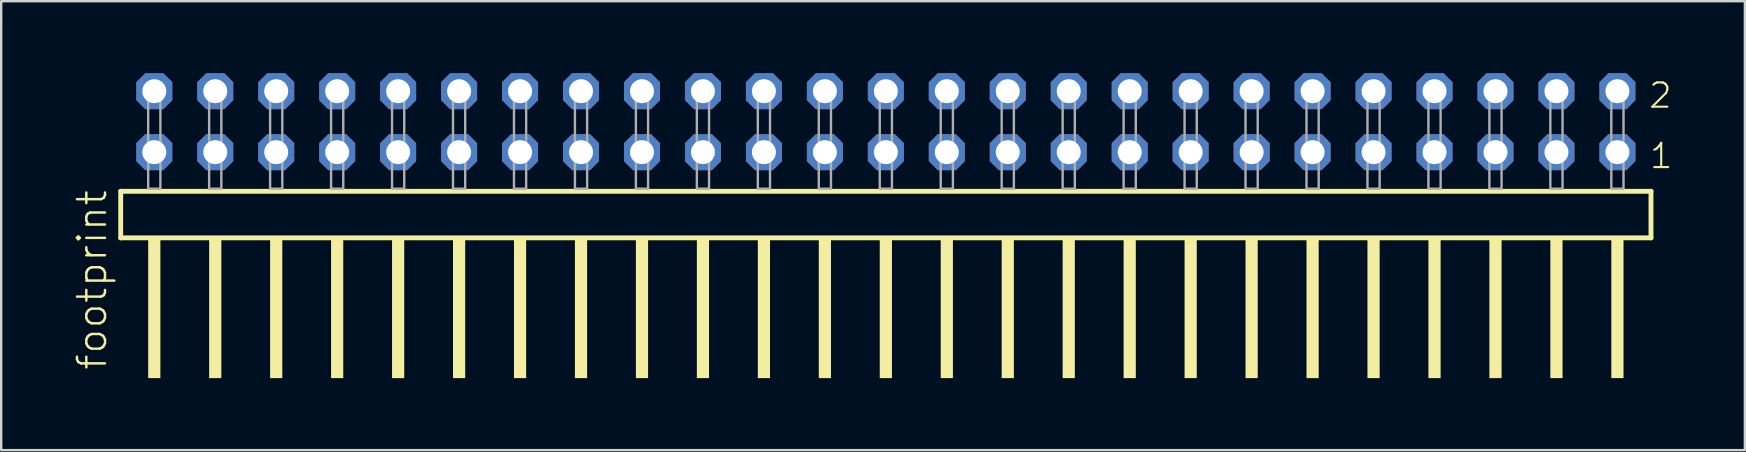
<source format=kicad_pcb>
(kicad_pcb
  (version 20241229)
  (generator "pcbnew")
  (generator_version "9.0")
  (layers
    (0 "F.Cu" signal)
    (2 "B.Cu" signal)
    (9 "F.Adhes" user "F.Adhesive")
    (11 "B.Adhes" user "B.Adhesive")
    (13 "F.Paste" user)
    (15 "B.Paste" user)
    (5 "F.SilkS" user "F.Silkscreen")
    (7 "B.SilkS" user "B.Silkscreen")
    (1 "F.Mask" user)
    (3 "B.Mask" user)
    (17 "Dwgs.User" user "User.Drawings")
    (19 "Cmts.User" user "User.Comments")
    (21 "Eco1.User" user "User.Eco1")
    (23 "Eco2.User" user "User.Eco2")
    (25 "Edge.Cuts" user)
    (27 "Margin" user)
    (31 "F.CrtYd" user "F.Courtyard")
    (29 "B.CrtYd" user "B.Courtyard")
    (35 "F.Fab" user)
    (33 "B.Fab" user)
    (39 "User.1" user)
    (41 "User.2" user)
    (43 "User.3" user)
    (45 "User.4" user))
  (footprint "footprint"
    (layer "F.Cu")
    (at 33.858 4.814)
    (property "Reference" "footprint" (at -32.385 7.62 90) (layer "F.SilkS") (effects (font (size 1.168 1.168) (thickness 0.102)) (justify left bottom)))
    (fp_line (start -31.879 0.106) (end -31.879 2.046) (stroke (width 0.203) (type solid)) (layer "F.SilkS"))
    (fp_line (start -31.879 2.046) (end 31.879 2.046) (stroke (width 0.203) (type solid)) (layer "F.SilkS"))
    (fp_line (start 31.879 0.106) (end -31.879 0.106) (stroke (width 0.203) (type solid)) (layer "F.SilkS"))
    (fp_line (start 31.879 2.046) (end 31.879 0.106) (stroke (width 0.203) (type solid)) (layer "F.SilkS"))
    (fp_poly (pts (xy -30.734 7.89) (xy -30.226 7.89) (xy -30.226 2.04) (xy -30.734 2.04)) (stroke (width 0) (type solid)) (fill yes) (layer "F.SilkS"))
    (fp_poly (pts (xy -28.194 7.89) (xy -27.686 7.89) (xy -27.686 2.04) (xy -28.194 2.04)) (stroke (width 0) (type solid)) (fill yes) (layer "F.SilkS"))
    (fp_poly (pts (xy -25.654 7.89) (xy -25.146 7.89) (xy -25.146 2.04) (xy -25.654 2.04)) (stroke (width 0) (type solid)) (fill yes) (layer "F.SilkS"))
    (fp_poly (pts (xy -23.114 7.89) (xy -22.606 7.89) (xy -22.606 2.04) (xy -23.114 2.04)) (stroke (width 0) (type solid)) (fill yes) (layer "F.SilkS"))
    (fp_poly (pts (xy -20.574 7.89) (xy -20.066 7.89) (xy -20.066 2.04) (xy -20.574 2.04)) (stroke (width 0) (type solid)) (fill yes) (layer "F.SilkS"))
    (fp_poly (pts (xy -18.034 7.89) (xy -17.526 7.89) (xy -17.526 2.04) (xy -18.034 2.04)) (stroke (width 0) (type solid)) (fill yes) (layer "F.SilkS"))
    (fp_poly (pts (xy -15.494 7.89) (xy -14.986 7.89) (xy -14.986 2.04) (xy -15.494 2.04)) (stroke (width 0) (type solid)) (fill yes) (layer "F.SilkS"))
    (fp_poly (pts (xy -12.954 7.89) (xy -12.446 7.89) (xy -12.446 2.04) (xy -12.954 2.04)) (stroke (width 0) (type solid)) (fill yes) (layer "F.SilkS"))
    (fp_poly (pts (xy -10.414 7.89) (xy -9.906 7.89) (xy -9.906 2.04) (xy -10.414 2.04)) (stroke (width 0) (type solid)) (fill yes) (layer "F.SilkS"))
    (fp_poly (pts (xy -7.874 7.89) (xy -7.366 7.89) (xy -7.366 2.04) (xy -7.874 2.04)) (stroke (width 0) (type solid)) (fill yes) (layer "F.SilkS"))
    (fp_poly (pts (xy -5.334 7.89) (xy -4.826 7.89) (xy -4.826 2.04) (xy -5.334 2.04)) (stroke (width 0) (type solid)) (fill yes) (layer "F.SilkS"))
    (fp_poly (pts (xy -2.794 7.89) (xy -2.286 7.89) (xy -2.286 2.04) (xy -2.794 2.04)) (stroke (width 0) (type solid)) (fill yes) (layer "F.SilkS"))
    (fp_poly (pts (xy -0.254 7.89) (xy 0.254 7.89) (xy 0.254 2.04) (xy -0.254 2.04)) (stroke (width 0) (type solid)) (fill yes) (layer "F.SilkS"))
    (fp_poly (pts (xy 2.286 7.89) (xy 2.794 7.89) (xy 2.794 2.04) (xy 2.286 2.04)) (stroke (width 0) (type solid)) (fill yes) (layer "F.SilkS"))
    (fp_poly (pts (xy 4.826 7.89) (xy 5.334 7.89) (xy 5.334 2.04) (xy 4.826 2.04)) (stroke (width 0) (type solid)) (fill yes) (layer "F.SilkS"))
    (fp_poly (pts (xy 7.366 7.89) (xy 7.874 7.89) (xy 7.874 2.04) (xy 7.366 2.04)) (stroke (width 0) (type solid)) (fill yes) (layer "F.SilkS"))
    (fp_poly (pts (xy 9.906 7.89) (xy 10.414 7.89) (xy 10.414 2.04) (xy 9.906 2.04)) (stroke (width 0) (type solid)) (fill yes) (layer "F.SilkS"))
    (fp_poly (pts (xy 12.446 7.89) (xy 12.954 7.89) (xy 12.954 2.04) (xy 12.446 2.04)) (stroke (width 0) (type solid)) (fill yes) (layer "F.SilkS"))
    (fp_poly (pts (xy 14.986 7.89) (xy 15.494 7.89) (xy 15.494 2.04) (xy 14.986 2.04)) (stroke (width 0) (type solid)) (fill yes) (layer "F.SilkS"))
    (fp_poly (pts (xy 17.526 7.89) (xy 18.034 7.89) (xy 18.034 2.04) (xy 17.526 2.04)) (stroke (width 0) (type solid)) (fill yes) (layer "F.SilkS"))
    (fp_poly (pts (xy 20.066 7.89) (xy 20.574 7.89) (xy 20.574 2.04) (xy 20.066 2.04)) (stroke (width 0) (type solid)) (fill yes) (layer "F.SilkS"))
    (fp_poly (pts (xy 22.606 7.89) (xy 23.114 7.89) (xy 23.114 2.04) (xy 22.606 2.04)) (stroke (width 0) (type solid)) (fill yes) (layer "F.SilkS"))
    (fp_poly (pts (xy 25.146 7.89) (xy 25.654 7.89) (xy 25.654 2.04) (xy 25.146 2.04)) (stroke (width 0) (type solid)) (fill yes) (layer "F.SilkS"))
    (fp_poly (pts (xy 27.686 7.89) (xy 28.194 7.89) (xy 28.194 2.04) (xy 27.686 2.04)) (stroke (width 0) (type solid)) (fill yes) (layer "F.SilkS"))
    (fp_poly (pts (xy 30.226 7.89) (xy 30.734 7.89) (xy 30.734 2.04) (xy 30.226 2.04)) (stroke (width 0) (type solid)) (fill yes) (layer "F.SilkS"))
    (fp_poly (pts (xy -30.734 0) (xy -30.226 0) (xy -30.226 -4.318) (xy -30.734 -4.318)) (stroke (width 0.1) (type solid)) (fill no) (layer "F.Fab"))
    (fp_poly (pts (xy -28.194 0) (xy -27.686 0) (xy -27.686 -4.318) (xy -28.194 -4.318)) (stroke (width 0.1) (type solid)) (fill no) (layer "F.Fab"))
    (fp_poly (pts (xy -25.654 0) (xy -25.146 0) (xy -25.146 -4.318) (xy -25.654 -4.318)) (stroke (width 0.1) (type solid)) (fill no) (layer "F.Fab"))
    (fp_poly (pts (xy -23.114 0) (xy -22.606 0) (xy -22.606 -4.318) (xy -23.114 -4.318)) (stroke (width 0.1) (type solid)) (fill no) (layer "F.Fab"))
    (fp_poly (pts (xy -20.574 0) (xy -20.066 0) (xy -20.066 -4.318) (xy -20.574 -4.318)) (stroke (width 0.1) (type solid)) (fill no) (layer "F.Fab"))
    (fp_poly (pts (xy -18.034 0) (xy -17.526 0) (xy -17.526 -4.318) (xy -18.034 -4.318)) (stroke (width 0.1) (type solid)) (fill no) (layer "F.Fab"))
    (fp_poly (pts (xy -15.494 0) (xy -14.986 0) (xy -14.986 -4.318) (xy -15.494 -4.318)) (stroke (width 0.1) (type solid)) (fill no) (layer "F.Fab"))
    (fp_poly (pts (xy -12.954 0) (xy -12.446 0) (xy -12.446 -4.318) (xy -12.954 -4.318)) (stroke (width 0.1) (type solid)) (fill no) (layer "F.Fab"))
    (fp_poly (pts (xy -10.414 0) (xy -9.906 0) (xy -9.906 -4.318) (xy -10.414 -4.318)) (stroke (width 0.1) (type solid)) (fill no) (layer "F.Fab"))
    (fp_poly (pts (xy -7.874 0) (xy -7.366 0) (xy -7.366 -4.318) (xy -7.874 -4.318)) (stroke (width 0.1) (type solid)) (fill no) (layer "F.Fab"))
    (fp_poly (pts (xy -5.334 0) (xy -4.826 0) (xy -4.826 -4.318) (xy -5.334 -4.318)) (stroke (width 0.1) (type solid)) (fill no) (layer "F.Fab"))
    (fp_poly (pts (xy -2.794 0) (xy -2.286 0) (xy -2.286 -4.318) (xy -2.794 -4.318)) (stroke (width 0.1) (type solid)) (fill no) (layer "F.Fab"))
    (fp_poly (pts (xy -0.254 0) (xy 0.254 0) (xy 0.254 -4.318) (xy -0.254 -4.318)) (stroke (width 0.1) (type solid)) (fill no) (layer "F.Fab"))
    (fp_poly (pts (xy 2.286 0) (xy 2.794 0) (xy 2.794 -4.318) (xy 2.286 -4.318)) (stroke (width 0.1) (type solid)) (fill no) (layer "F.Fab"))
    (fp_poly (pts (xy 4.826 0) (xy 5.334 0) (xy 5.334 -4.318) (xy 4.826 -4.318)) (stroke (width 0.1) (type solid)) (fill no) (layer "F.Fab"))
    (fp_poly (pts (xy 7.366 0) (xy 7.874 0) (xy 7.874 -4.318) (xy 7.366 -4.318)) (stroke (width 0.1) (type solid)) (fill no) (layer "F.Fab"))
    (fp_poly (pts (xy 9.906 0) (xy 10.414 0) (xy 10.414 -4.318) (xy 9.906 -4.318)) (stroke (width 0.1) (type solid)) (fill no) (layer "F.Fab"))
    (fp_poly (pts (xy 12.446 0) (xy 12.954 0) (xy 12.954 -4.318) (xy 12.446 -4.318)) (stroke (width 0.1) (type solid)) (fill no) (layer "F.Fab"))
    (fp_poly (pts (xy 14.986 0) (xy 15.494 0) (xy 15.494 -4.318) (xy 14.986 -4.318)) (stroke (width 0.1) (type solid)) (fill no) (layer "F.Fab"))
    (fp_poly (pts (xy 17.526 0) (xy 18.034 0) (xy 18.034 -4.318) (xy 17.526 -4.318)) (stroke (width 0.1) (type solid)) (fill no) (layer "F.Fab"))
    (fp_poly (pts (xy 20.066 0) (xy 20.574 0) (xy 20.574 -4.318) (xy 20.066 -4.318)) (stroke (width 0.1) (type solid)) (fill no) (layer "F.Fab"))
    (fp_poly (pts (xy 22.606 0) (xy 23.114 0) (xy 23.114 -4.318) (xy 22.606 -4.318)) (stroke (width 0.1) (type solid)) (fill no) (layer "F.Fab"))
    (fp_poly (pts (xy 25.146 0) (xy 25.654 0) (xy 25.654 -4.318) (xy 25.146 -4.318)) (stroke (width 0.1) (type solid)) (fill no) (layer "F.Fab"))
    (fp_poly (pts (xy 27.686 0) (xy 28.194 0) (xy 28.194 -4.318) (xy 27.686 -4.318)) (stroke (width 0.1) (type solid)) (fill no) (layer "F.Fab"))
    (fp_poly (pts (xy 30.226 0) (xy 30.734 0) (xy 30.734 -4.318) (xy 30.226 -4.318)) (stroke (width 0.1) (type solid)) (fill no) (layer "F.Fab"))
    (fp_text user "2" (at 31.73 -3.29 0) (layer "F.SilkS") (effects (font (size 1.012 1.012) (thickness 0.088)) (justify left bottom)))
    (fp_text user "1" (at 31.765 -0.775 0) (layer "F.SilkS") (effects (font (size 1.012 1.012) (thickness 0.088)) (justify left bottom)))
    (pad "1" thru_hole roundrect (at 30.48 -1.524 180) (size 1.5 1.5) (drill 1) (layers "*.Cu" "*.Mask") (roundrect_rratio 0.25) (chamfer_ratio 0.25) (chamfer top_left top_right bottom_left bottom_right))
    (pad "2" thru_hole roundrect (at 30.48 -4.064 180) (size 1.5 1.5) (drill 1) (layers "*.Cu" "*.Mask") (roundrect_rratio 0.25) (chamfer_ratio 0.25) (chamfer top_left top_right bottom_left bottom_right))
    (pad "3" thru_hole roundrect (at 27.94 -1.524 180) (size 1.5 1.5) (drill 1) (layers "*.Cu" "*.Mask") (roundrect_rratio 0.25) (chamfer_ratio 0.25) (chamfer top_left top_right bottom_left bottom_right))
    (pad "4" thru_hole roundrect (at 27.94 -4.064 180) (size 1.5 1.5) (drill 1) (layers "*.Cu" "*.Mask") (roundrect_rratio 0.25) (chamfer_ratio 0.25) (chamfer top_left top_right bottom_left bottom_right))
    (pad "5" thru_hole roundrect (at 25.4 -1.524 180) (size 1.5 1.5) (drill 1) (layers "*.Cu" "*.Mask") (roundrect_rratio 0.25) (chamfer_ratio 0.25) (chamfer top_left top_right bottom_left bottom_right))
    (pad "6" thru_hole roundrect (at 25.4 -4.064 180) (size 1.5 1.5) (drill 1) (layers "*.Cu" "*.Mask") (roundrect_rratio 0.25) (chamfer_ratio 0.25) (chamfer top_left top_right bottom_left bottom_right))
    (pad "7" thru_hole roundrect (at 22.86 -1.524 180) (size 1.5 1.5) (drill 1) (layers "*.Cu" "*.Mask") (roundrect_rratio 0.25) (chamfer_ratio 0.25) (chamfer top_left top_right bottom_left bottom_right))
    (pad "8" thru_hole roundrect (at 22.86 -4.064 180) (size 1.5 1.5) (drill 1) (layers "*.Cu" "*.Mask") (roundrect_rratio 0.25) (chamfer_ratio 0.25) (chamfer top_left top_right bottom_left bottom_right))
    (pad "9" thru_hole roundrect (at 20.32 -1.524 180) (size 1.5 1.5) (drill 1) (layers "*.Cu" "*.Mask") (roundrect_rratio 0.25) (chamfer_ratio 0.25) (chamfer top_left top_right bottom_left bottom_right))
    (pad "10" thru_hole roundrect (at 20.32 -4.064 180) (size 1.5 1.5) (drill 1) (layers "*.Cu" "*.Mask") (roundrect_rratio 0.25) (chamfer_ratio 0.25) (chamfer top_left top_right bottom_left bottom_right))
    (pad "11" thru_hole roundrect (at 17.78 -1.524 180) (size 1.5 1.5) (drill 1) (layers "*.Cu" "*.Mask") (roundrect_rratio 0.25) (chamfer_ratio 0.25) (chamfer top_left top_right bottom_left bottom_right))
    (pad "12" thru_hole roundrect (at 17.78 -4.064 180) (size 1.5 1.5) (drill 1) (layers "*.Cu" "*.Mask") (roundrect_rratio 0.25) (chamfer_ratio 0.25) (chamfer top_left top_right bottom_left bottom_right))
    (pad "13" thru_hole roundrect (at 15.24 -1.524 180) (size 1.5 1.5) (drill 1) (layers "*.Cu" "*.Mask") (roundrect_rratio 0.25) (chamfer_ratio 0.25) (chamfer top_left top_right bottom_left bottom_right))
    (pad "14" thru_hole roundrect (at 15.24 -4.064 180) (size 1.5 1.5) (drill 1) (layers "*.Cu" "*.Mask") (roundrect_rratio 0.25) (chamfer_ratio 0.25) (chamfer top_left top_right bottom_left bottom_right))
    (pad "15" thru_hole roundrect (at 12.7 -1.524 180) (size 1.5 1.5) (drill 1) (layers "*.Cu" "*.Mask") (roundrect_rratio 0.25) (chamfer_ratio 0.25) (chamfer top_left top_right bottom_left bottom_right))
    (pad "16" thru_hole roundrect (at 12.7 -4.064 180) (size 1.5 1.5) (drill 1) (layers "*.Cu" "*.Mask") (roundrect_rratio 0.25) (chamfer_ratio 0.25) (chamfer top_left top_right bottom_left bottom_right))
    (pad "17" thru_hole roundrect (at 10.16 -1.524 180) (size 1.5 1.5) (drill 1) (layers "*.Cu" "*.Mask") (roundrect_rratio 0.25) (chamfer_ratio 0.25) (chamfer top_left top_right bottom_left bottom_right))
    (pad "18" thru_hole roundrect (at 10.16 -4.064 180) (size 1.5 1.5) (drill 1) (layers "*.Cu" "*.Mask") (roundrect_rratio 0.25) (chamfer_ratio 0.25) (chamfer top_left top_right bottom_left bottom_right))
    (pad "19" thru_hole roundrect (at 7.62 -1.524 180) (size 1.5 1.5) (drill 1) (layers "*.Cu" "*.Mask") (roundrect_rratio 0.25) (chamfer_ratio 0.25) (chamfer top_left top_right bottom_left bottom_right))
    (pad "20" thru_hole roundrect (at 7.62 -4.064 180) (size 1.5 1.5) (drill 1) (layers "*.Cu" "*.Mask") (roundrect_rratio 0.25) (chamfer_ratio 0.25) (chamfer top_left top_right bottom_left bottom_right))
    (pad "21" thru_hole roundrect (at 5.08 -1.524 180) (size 1.5 1.5) (drill 1) (layers "*.Cu" "*.Mask") (roundrect_rratio 0.25) (chamfer_ratio 0.25) (chamfer top_left top_right bottom_left bottom_right))
    (pad "22" thru_hole roundrect (at 5.08 -4.064 180) (size 1.5 1.5) (drill 1) (layers "*.Cu" "*.Mask") (roundrect_rratio 0.25) (chamfer_ratio 0.25) (chamfer top_left top_right bottom_left bottom_right))
    (pad "23" thru_hole roundrect (at 2.54 -1.524 180) (size 1.5 1.5) (drill 1) (layers "*.Cu" "*.Mask") (roundrect_rratio 0.25) (chamfer_ratio 0.25) (chamfer top_left top_right bottom_left bottom_right))
    (pad "24" thru_hole roundrect (at 2.54 -4.064 180) (size 1.5 1.5) (drill 1) (layers "*.Cu" "*.Mask") (roundrect_rratio 0.25) (chamfer_ratio 0.25) (chamfer top_left top_right bottom_left bottom_right))
    (pad "25" thru_hole roundrect (at 0 -1.524 180) (size 1.5 1.5) (drill 1) (layers "*.Cu" "*.Mask") (roundrect_rratio 0.25) (chamfer_ratio 0.25) (chamfer top_left top_right bottom_left bottom_right))
    (pad "26" thru_hole roundrect (at 0 -4.064 180) (size 1.5 1.5) (drill 1) (layers "*.Cu" "*.Mask") (roundrect_rratio 0.25) (chamfer_ratio 0.25) (chamfer top_left top_right bottom_left bottom_right))
    (pad "27" thru_hole roundrect (at -2.54 -1.524 180) (size 1.5 1.5) (drill 1) (layers "*.Cu" "*.Mask") (roundrect_rratio 0.25) (chamfer_ratio 0.25) (chamfer top_left top_right bottom_left bottom_right))
    (pad "28" thru_hole roundrect (at -2.54 -4.064 180) (size 1.5 1.5) (drill 1) (layers "*.Cu" "*.Mask") (roundrect_rratio 0.25) (chamfer_ratio 0.25) (chamfer top_left top_right bottom_left bottom_right))
    (pad "29" thru_hole roundrect (at -5.08 -1.524 180) (size 1.5 1.5) (drill 1) (layers "*.Cu" "*.Mask") (roundrect_rratio 0.25) (chamfer_ratio 0.25) (chamfer top_left top_right bottom_left bottom_right))
    (pad "30" thru_hole roundrect (at -5.08 -4.064 180) (size 1.5 1.5) (drill 1) (layers "*.Cu" "*.Mask") (roundrect_rratio 0.25) (chamfer_ratio 0.25) (chamfer top_left top_right bottom_left bottom_right))
    (pad "31" thru_hole roundrect (at -7.62 -1.524 180) (size 1.5 1.5) (drill 1) (layers "*.Cu" "*.Mask") (roundrect_rratio 0.25) (chamfer_ratio 0.25) (chamfer top_left top_right bottom_left bottom_right))
    (pad "32" thru_hole roundrect (at -7.62 -4.064 180) (size 1.5 1.5) (drill 1) (layers "*.Cu" "*.Mask") (roundrect_rratio 0.25) (chamfer_ratio 0.25) (chamfer top_left top_right bottom_left bottom_right))
    (pad "33" thru_hole roundrect (at -10.16 -1.524 180) (size 1.5 1.5) (drill 1) (layers "*.Cu" "*.Mask") (roundrect_rratio 0.25) (chamfer_ratio 0.25) (chamfer top_left top_right bottom_left bottom_right))
    (pad "34" thru_hole roundrect (at -10.16 -4.064 180) (size 1.5 1.5) (drill 1) (layers "*.Cu" "*.Mask") (roundrect_rratio 0.25) (chamfer_ratio 0.25) (chamfer top_left top_right bottom_left bottom_right))
    (pad "35" thru_hole roundrect (at -12.7 -1.524 180) (size 1.5 1.5) (drill 1) (layers "*.Cu" "*.Mask") (roundrect_rratio 0.25) (chamfer_ratio 0.25) (chamfer top_left top_right bottom_left bottom_right))
    (pad "36" thru_hole roundrect (at -12.7 -4.064 180) (size 1.5 1.5) (drill 1) (layers "*.Cu" "*.Mask") (roundrect_rratio 0.25) (chamfer_ratio 0.25) (chamfer top_left top_right bottom_left bottom_right))
    (pad "37" thru_hole roundrect (at -15.24 -1.524 180) (size 1.5 1.5) (drill 1) (layers "*.Cu" "*.Mask") (roundrect_rratio 0.25) (chamfer_ratio 0.25) (chamfer top_left top_right bottom_left bottom_right))
    (pad "38" thru_hole roundrect (at -15.24 -4.064 180) (size 1.5 1.5) (drill 1) (layers "*.Cu" "*.Mask") (roundrect_rratio 0.25) (chamfer_ratio 0.25) (chamfer top_left top_right bottom_left bottom_right))
    (pad "39" thru_hole roundrect (at -17.78 -1.524 180) (size 1.5 1.5) (drill 1) (layers "*.Cu" "*.Mask") (roundrect_rratio 0.25) (chamfer_ratio 0.25) (chamfer top_left top_right bottom_left bottom_right))
    (pad "40" thru_hole roundrect (at -17.78 -4.064 180) (size 1.5 1.5) (drill 1) (layers "*.Cu" "*.Mask") (roundrect_rratio 0.25) (chamfer_ratio 0.25) (chamfer top_left top_right bottom_left bottom_right))
    (pad "41" thru_hole roundrect (at -20.32 -1.524 180) (size 1.5 1.5) (drill 1) (layers "*.Cu" "*.Mask") (roundrect_rratio 0.25) (chamfer_ratio 0.25) (chamfer top_left top_right bottom_left bottom_right))
    (pad "42" thru_hole roundrect (at -20.32 -4.064 180) (size 1.5 1.5) (drill 1) (layers "*.Cu" "*.Mask") (roundrect_rratio 0.25) (chamfer_ratio 0.25) (chamfer top_left top_right bottom_left bottom_right))
    (pad "43" thru_hole roundrect (at -22.86 -1.524 180) (size 1.5 1.5) (drill 1) (layers "*.Cu" "*.Mask") (roundrect_rratio 0.25) (chamfer_ratio 0.25) (chamfer top_left top_right bottom_left bottom_right))
    (pad "44" thru_hole roundrect (at -22.86 -4.064 180) (size 1.5 1.5) (drill 1) (layers "*.Cu" "*.Mask") (roundrect_rratio 0.25) (chamfer_ratio 0.25) (chamfer top_left top_right bottom_left bottom_right))
    (pad "45" thru_hole roundrect (at -25.4 -1.524 180) (size 1.5 1.5) (drill 1) (layers "*.Cu" "*.Mask") (roundrect_rratio 0.25) (chamfer_ratio 0.25) (chamfer top_left top_right bottom_left bottom_right))
    (pad "46" thru_hole roundrect (at -25.4 -4.064 180) (size 1.5 1.5) (drill 1) (layers "*.Cu" "*.Mask") (roundrect_rratio 0.25) (chamfer_ratio 0.25) (chamfer top_left top_right bottom_left bottom_right))
    (pad "47" thru_hole roundrect (at -27.94 -1.524 180) (size 1.5 1.5) (drill 1) (layers "*.Cu" "*.Mask") (roundrect_rratio 0.25) (chamfer_ratio 0.25) (chamfer top_left top_right bottom_left bottom_right))
    (pad "48" thru_hole roundrect (at -27.94 -4.064 180) (size 1.5 1.5) (drill 1) (layers "*.Cu" "*.Mask") (roundrect_rratio 0.25) (chamfer_ratio 0.25) (chamfer top_left top_right bottom_left bottom_right))
    (pad "49" thru_hole roundrect (at -30.48 -1.524 180) (size 1.5 1.5) (drill 1) (layers "*.Cu" "*.Mask") (roundrect_rratio 0.25) (chamfer_ratio 0.25) (chamfer top_left top_right bottom_left bottom_right))
    (pad "50" thru_hole roundrect (at -30.48 -4.064 180) (size 1.5 1.5) (drill 1) (layers "*.Cu" "*.Mask") (roundrect_rratio 0.25) (chamfer_ratio 0.25) (chamfer top_left top_right bottom_left bottom_right)))
  (gr_rect
    (start -3 -3)
    (end 69.649 15.704)
    (stroke (width 0.1) (type default))
    (fill no)
    (layer "Edge.Cuts")))
</source>
